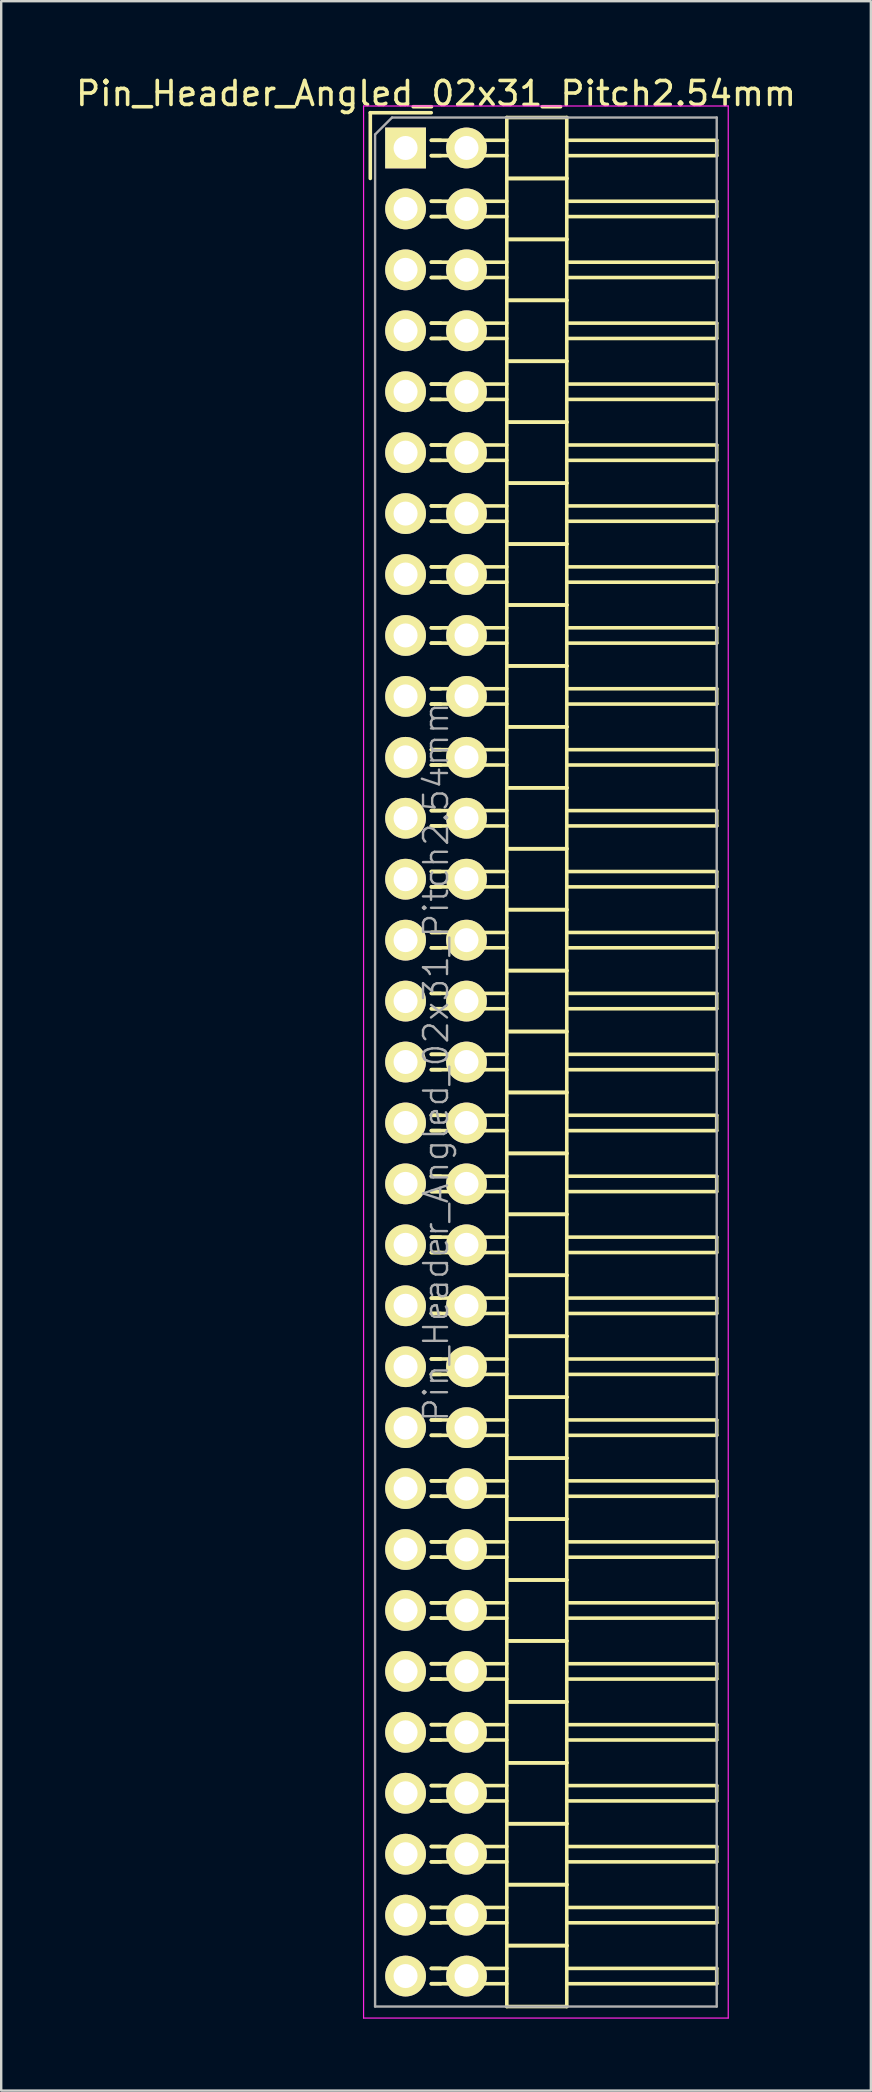
<source format=kicad_pcb>
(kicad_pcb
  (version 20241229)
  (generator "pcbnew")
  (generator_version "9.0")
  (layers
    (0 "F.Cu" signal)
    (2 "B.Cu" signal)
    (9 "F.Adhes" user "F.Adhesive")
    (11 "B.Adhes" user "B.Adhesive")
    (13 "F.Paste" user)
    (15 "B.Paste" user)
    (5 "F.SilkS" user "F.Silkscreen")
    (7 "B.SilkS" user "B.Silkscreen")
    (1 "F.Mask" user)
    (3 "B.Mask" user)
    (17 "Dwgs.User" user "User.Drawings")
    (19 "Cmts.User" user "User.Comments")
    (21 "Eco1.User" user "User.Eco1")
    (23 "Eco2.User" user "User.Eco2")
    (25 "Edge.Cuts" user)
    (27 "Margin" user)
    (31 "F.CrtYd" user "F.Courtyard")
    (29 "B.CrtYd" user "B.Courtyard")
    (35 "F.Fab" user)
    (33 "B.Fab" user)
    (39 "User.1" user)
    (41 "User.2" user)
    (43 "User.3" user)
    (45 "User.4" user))
  (footprint "Pin_Header_Angled_02x31_Pitch2.54mm"
    (layer "F.Cu")
    (at 13.855 3.118)
    (property "Reference" "Pin_Header_Angled_02x31_Pitch2.54mm" (at 1.27 -2.27 0) (layer "F.SilkS") (effects (font (size 1 1) (thickness 0.15))))
    (attr smd)
    (fp_line (start -1.47 -1.47) (end -1.47 1.27) (stroke (width 0.15) (type solid)) (layer "F.SilkS"))
    (fp_line (start -1.47 -1.47) (end 1.07 -1.47) (stroke (width 0.15) (type solid)) (layer "F.SilkS"))
    (fp_line (start 1.465 -0.32) (end 1.075 -0.32) (stroke (width 0.15) (type solid)) (layer "F.SilkS"))
    (fp_line (start 1.465 0.32) (end 1.075 0.32) (stroke (width 0.15) (type solid)) (layer "F.SilkS"))
    (fp_line (start 1.465 2.22) (end 1.075 2.22) (stroke (width 0.15) (type solid)) (layer "F.SilkS"))
    (fp_line (start 1.465 2.86) (end 1.075 2.86) (stroke (width 0.15) (type solid)) (layer "F.SilkS"))
    (fp_line (start 1.465 4.76) (end 1.075 4.76) (stroke (width 0.15) (type solid)) (layer "F.SilkS"))
    (fp_line (start 1.465 5.4) (end 1.075 5.4) (stroke (width 0.15) (type solid)) (layer "F.SilkS"))
    (fp_line (start 1.465 7.3) (end 1.075 7.3) (stroke (width 0.15) (type solid)) (layer "F.SilkS"))
    (fp_line (start 1.465 7.94) (end 1.075 7.94) (stroke (width 0.15) (type solid)) (layer "F.SilkS"))
    (fp_line (start 1.465 9.84) (end 1.075 9.84) (stroke (width 0.15) (type solid)) (layer "F.SilkS"))
    (fp_line (start 1.465 10.48) (end 1.075 10.48) (stroke (width 0.15) (type solid)) (layer "F.SilkS"))
    (fp_line (start 1.465 12.38) (end 1.075 12.38) (stroke (width 0.15) (type solid)) (layer "F.SilkS"))
    (fp_line (start 1.465 13.02) (end 1.075 13.02) (stroke (width 0.15) (type solid)) (layer "F.SilkS"))
    (fp_line (start 1.465 14.92) (end 1.075 14.92) (stroke (width 0.15) (type solid)) (layer "F.SilkS"))
    (fp_line (start 1.465 15.56) (end 1.075 15.56) (stroke (width 0.15) (type solid)) (layer "F.SilkS"))
    (fp_line (start 1.465 17.46) (end 1.075 17.46) (stroke (width 0.15) (type solid)) (layer "F.SilkS"))
    (fp_line (start 1.465 18.1) (end 1.075 18.1) (stroke (width 0.15) (type solid)) (layer "F.SilkS"))
    (fp_line (start 1.465 20) (end 1.075 20) (stroke (width 0.15) (type solid)) (layer "F.SilkS"))
    (fp_line (start 1.465 20.64) (end 1.075 20.64) (stroke (width 0.15) (type solid)) (layer "F.SilkS"))
    (fp_line (start 1.465 22.54) (end 1.075 22.54) (stroke (width 0.15) (type solid)) (layer "F.SilkS"))
    (fp_line (start 1.465 23.18) (end 1.075 23.18) (stroke (width 0.15) (type solid)) (layer "F.SilkS"))
    (fp_line (start 1.465 25.08) (end 1.075 25.08) (stroke (width 0.15) (type solid)) (layer "F.SilkS"))
    (fp_line (start 1.465 25.72) (end 1.075 25.72) (stroke (width 0.15) (type solid)) (layer "F.SilkS"))
    (fp_line (start 1.465 27.62) (end 1.075 27.62) (stroke (width 0.15) (type solid)) (layer "F.SilkS"))
    (fp_line (start 1.465 28.26) (end 1.075 28.26) (stroke (width 0.15) (type solid)) (layer "F.SilkS"))
    (fp_line (start 1.465 30.16) (end 1.075 30.16) (stroke (width 0.15) (type solid)) (layer "F.SilkS"))
    (fp_line (start 1.465 30.8) (end 1.075 30.8) (stroke (width 0.15) (type solid)) (layer "F.SilkS"))
    (fp_line (start 1.465 32.7) (end 1.075 32.7) (stroke (width 0.15) (type solid)) (layer "F.SilkS"))
    (fp_line (start 1.465 33.34) (end 1.075 33.34) (stroke (width 0.15) (type solid)) (layer "F.SilkS"))
    (fp_line (start 1.465 35.24) (end 1.075 35.24) (stroke (width 0.15) (type solid)) (layer "F.SilkS"))
    (fp_line (start 1.465 35.88) (end 1.075 35.88) (stroke (width 0.15) (type solid)) (layer "F.SilkS"))
    (fp_line (start 1.465 37.78) (end 1.075 37.78) (stroke (width 0.15) (type solid)) (layer "F.SilkS"))
    (fp_line (start 1.465 38.42) (end 1.075 38.42) (stroke (width 0.15) (type solid)) (layer "F.SilkS"))
    (fp_line (start 1.465 40.32) (end 1.075 40.32) (stroke (width 0.15) (type solid)) (layer "F.SilkS"))
    (fp_line (start 1.465 40.96) (end 1.075 40.96) (stroke (width 0.15) (type solid)) (layer "F.SilkS"))
    (fp_line (start 1.465 42.86) (end 1.075 42.86) (stroke (width 0.15) (type solid)) (layer "F.SilkS"))
    (fp_line (start 1.465 43.5) (end 1.075 43.5) (stroke (width 0.15) (type solid)) (layer "F.SilkS"))
    (fp_line (start 1.465 45.4) (end 1.075 45.4) (stroke (width 0.15) (type solid)) (layer "F.SilkS"))
    (fp_line (start 1.465 46.04) (end 1.075 46.04) (stroke (width 0.15) (type solid)) (layer "F.SilkS"))
    (fp_line (start 1.465 47.94) (end 1.075 47.94) (stroke (width 0.15) (type solid)) (layer "F.SilkS"))
    (fp_line (start 1.465 48.58) (end 1.075 48.58) (stroke (width 0.15) (type solid)) (layer "F.SilkS"))
    (fp_line (start 1.465 50.48) (end 1.075 50.48) (stroke (width 0.15) (type solid)) (layer "F.SilkS"))
    (fp_line (start 1.465 51.12) (end 1.075 51.12) (stroke (width 0.15) (type solid)) (layer "F.SilkS"))
    (fp_line (start 1.465 53.02) (end 1.075 53.02) (stroke (width 0.15) (type solid)) (layer "F.SilkS"))
    (fp_line (start 1.465 53.66) (end 1.075 53.66) (stroke (width 0.15) (type solid)) (layer "F.SilkS"))
    (fp_line (start 1.465 55.56) (end 1.075 55.56) (stroke (width 0.15) (type solid)) (layer "F.SilkS"))
    (fp_line (start 1.465 56.2) (end 1.075 56.2) (stroke (width 0.15) (type solid)) (layer "F.SilkS"))
    (fp_line (start 1.465 58.1) (end 1.075 58.1) (stroke (width 0.15) (type solid)) (layer "F.SilkS"))
    (fp_line (start 1.465 58.74) (end 1.075 58.74) (stroke (width 0.15) (type solid)) (layer "F.SilkS"))
    (fp_line (start 1.465 60.64) (end 1.075 60.64) (stroke (width 0.15) (type solid)) (layer "F.SilkS"))
    (fp_line (start 1.465 61.28) (end 1.075 61.28) (stroke (width 0.15) (type solid)) (layer "F.SilkS"))
    (fp_line (start 1.465 63.18) (end 1.075 63.18) (stroke (width 0.15) (type solid)) (layer "F.SilkS"))
    (fp_line (start 1.465 63.82) (end 1.075 63.82) (stroke (width 0.15) (type solid)) (layer "F.SilkS"))
    (fp_line (start 1.465 65.72) (end 1.075 65.72) (stroke (width 0.15) (type solid)) (layer "F.SilkS"))
    (fp_line (start 1.465 66.36) (end 1.075 66.36) (stroke (width 0.15) (type solid)) (layer "F.SilkS"))
    (fp_line (start 1.465 68.26) (end 1.075 68.26) (stroke (width 0.15) (type solid)) (layer "F.SilkS"))
    (fp_line (start 1.465 68.9) (end 1.075 68.9) (stroke (width 0.15) (type solid)) (layer "F.SilkS"))
    (fp_line (start 1.465 70.8) (end 1.075 70.8) (stroke (width 0.15) (type solid)) (layer "F.SilkS"))
    (fp_line (start 1.465 71.44) (end 1.075 71.44) (stroke (width 0.15) (type solid)) (layer "F.SilkS"))
    (fp_line (start 1.465 73.34) (end 1.075 73.34) (stroke (width 0.15) (type solid)) (layer "F.SilkS"))
    (fp_line (start 1.465 73.98) (end 1.075 73.98) (stroke (width 0.15) (type solid)) (layer "F.SilkS"))
    (fp_line (start 1.465 75.88) (end 1.075 75.88) (stroke (width 0.15) (type solid)) (layer "F.SilkS"))
    (fp_line (start 1.465 76.52) (end 1.075 76.52) (stroke (width 0.15) (type solid)) (layer "F.SilkS"))
    (fp_line (start 4.22 -0.32) (end 1.075 -0.32) (stroke (width 0.15) (type solid)) (layer "F.SilkS"))
    (fp_line (start 4.22 0.32) (end 1.075 0.32) (stroke (width 0.15) (type solid)) (layer "F.SilkS"))
    (fp_line (start 4.22 1.27) (end 4.22 -1.27) (stroke (width 0.15) (type solid)) (layer "F.SilkS"))
    (fp_line (start 4.22 2.22) (end 1.075 2.22) (stroke (width 0.15) (type solid)) (layer "F.SilkS"))
    (fp_line (start 4.22 2.86) (end 1.075 2.86) (stroke (width 0.15) (type solid)) (layer "F.SilkS"))
    (fp_line (start 4.22 3.81) (end 4.22 1.27) (stroke (width 0.15) (type solid)) (layer "F.SilkS"))
    (fp_line (start 4.22 4.76) (end 1.075 4.76) (stroke (width 0.15) (type solid)) (layer "F.SilkS"))
    (fp_line (start 4.22 5.4) (end 1.075 5.4) (stroke (width 0.15) (type solid)) (layer "F.SilkS"))
    (fp_line (start 4.22 6.35) (end 4.22 3.81) (stroke (width 0.15) (type solid)) (layer "F.SilkS"))
    (fp_line (start 4.22 7.3) (end 1.075 7.3) (stroke (width 0.15) (type solid)) (layer "F.SilkS"))
    (fp_line (start 4.22 7.94) (end 1.075 7.94) (stroke (width 0.15) (type solid)) (layer "F.SilkS"))
    (fp_line (start 4.22 8.89) (end 4.22 6.35) (stroke (width 0.15) (type solid)) (layer "F.SilkS"))
    (fp_line (start 4.22 9.84) (end 1.075 9.84) (stroke (width 0.15) (type solid)) (layer "F.SilkS"))
    (fp_line (start 4.22 10.48) (end 1.075 10.48) (stroke (width 0.15) (type solid)) (layer "F.SilkS"))
    (fp_line (start 4.22 11.43) (end 4.22 8.89) (stroke (width 0.15) (type solid)) (layer "F.SilkS"))
    (fp_line (start 4.22 12.38) (end 1.075 12.38) (stroke (width 0.15) (type solid)) (layer "F.SilkS"))
    (fp_line (start 4.22 13.02) (end 1.075 13.02) (stroke (width 0.15) (type solid)) (layer "F.SilkS"))
    (fp_line (start 4.22 13.97) (end 4.22 11.43) (stroke (width 0.15) (type solid)) (layer "F.SilkS"))
    (fp_line (start 4.22 14.92) (end 1.075 14.92) (stroke (width 0.15) (type solid)) (layer "F.SilkS"))
    (fp_line (start 4.22 15.56) (end 1.075 15.56) (stroke (width 0.15) (type solid)) (layer "F.SilkS"))
    (fp_line (start 4.22 16.51) (end 4.22 13.97) (stroke (width 0.15) (type solid)) (layer "F.SilkS"))
    (fp_line (start 4.22 17.46) (end 1.075 17.46) (stroke (width 0.15) (type solid)) (layer "F.SilkS"))
    (fp_line (start 4.22 18.1) (end 1.075 18.1) (stroke (width 0.15) (type solid)) (layer "F.SilkS"))
    (fp_line (start 4.22 19.05) (end 4.22 16.51) (stroke (width 0.15) (type solid)) (layer "F.SilkS"))
    (fp_line (start 4.22 20) (end 1.075 20) (stroke (width 0.15) (type solid)) (layer "F.SilkS"))
    (fp_line (start 4.22 20.64) (end 1.075 20.64) (stroke (width 0.15) (type solid)) (layer "F.SilkS"))
    (fp_line (start 4.22 21.59) (end 4.22 19.05) (stroke (width 0.15) (type solid)) (layer "F.SilkS"))
    (fp_line (start 4.22 22.54) (end 1.075 22.54) (stroke (width 0.15) (type solid)) (layer "F.SilkS"))
    (fp_line (start 4.22 23.18) (end 1.075 23.18) (stroke (width 0.15) (type solid)) (layer "F.SilkS"))
    (fp_line (start 4.22 24.13) (end 4.22 21.59) (stroke (width 0.15) (type solid)) (layer "F.SilkS"))
    (fp_line (start 4.22 25.08) (end 1.075 25.08) (stroke (width 0.15) (type solid)) (layer "F.SilkS"))
    (fp_line (start 4.22 25.72) (end 1.075 25.72) (stroke (width 0.15) (type solid)) (layer "F.SilkS"))
    (fp_line (start 4.22 26.67) (end 4.22 24.13) (stroke (width 0.15) (type solid)) (layer "F.SilkS"))
    (fp_line (start 4.22 27.62) (end 1.075 27.62) (stroke (width 0.15) (type solid)) (layer "F.SilkS"))
    (fp_line (start 4.22 28.26) (end 1.075 28.26) (stroke (width 0.15) (type solid)) (layer "F.SilkS"))
    (fp_line (start 4.22 29.21) (end 4.22 26.67) (stroke (width 0.15) (type solid)) (layer "F.SilkS"))
    (fp_line (start 4.22 30.16) (end 1.075 30.16) (stroke (width 0.15) (type solid)) (layer "F.SilkS"))
    (fp_line (start 4.22 30.8) (end 1.075 30.8) (stroke (width 0.15) (type solid)) (layer "F.SilkS"))
    (fp_line (start 4.22 31.75) (end 4.22 29.21) (stroke (width 0.15) (type solid)) (layer "F.SilkS"))
    (fp_line (start 4.22 32.7) (end 1.075 32.7) (stroke (width 0.15) (type solid)) (layer "F.SilkS"))
    (fp_line (start 4.22 33.34) (end 1.075 33.34) (stroke (width 0.15) (type solid)) (layer "F.SilkS"))
    (fp_line (start 4.22 34.29) (end 4.22 31.75) (stroke (width 0.15) (type solid)) (layer "F.SilkS"))
    (fp_line (start 4.22 35.24) (end 1.075 35.24) (stroke (width 0.15) (type solid)) (layer "F.SilkS"))
    (fp_line (start 4.22 35.88) (end 1.075 35.88) (stroke (width 0.15) (type solid)) (layer "F.SilkS"))
    (fp_line (start 4.22 36.83) (end 4.22 34.29) (stroke (width 0.15) (type solid)) (layer "F.SilkS"))
    (fp_line (start 4.22 37.78) (end 1.075 37.78) (stroke (width 0.15) (type solid)) (layer "F.SilkS"))
    (fp_line (start 4.22 38.42) (end 1.075 38.42) (stroke (width 0.15) (type solid)) (layer "F.SilkS"))
    (fp_line (start 4.22 39.37) (end 4.22 36.83) (stroke (width 0.15) (type solid)) (layer "F.SilkS"))
    (fp_line (start 4.22 40.32) (end 1.075 40.32) (stroke (width 0.15) (type solid)) (layer "F.SilkS"))
    (fp_line (start 4.22 40.96) (end 1.075 40.96) (stroke (width 0.15) (type solid)) (layer "F.SilkS"))
    (fp_line (start 4.22 41.91) (end 4.22 39.37) (stroke (width 0.15) (type solid)) (layer "F.SilkS"))
    (fp_line (start 4.22 42.86) (end 1.075 42.86) (stroke (width 0.15) (type solid)) (layer "F.SilkS"))
    (fp_line (start 4.22 43.5) (end 1.075 43.5) (stroke (width 0.15) (type solid)) (layer "F.SilkS"))
    (fp_line (start 4.22 44.45) (end 4.22 41.91) (stroke (width 0.15) (type solid)) (layer "F.SilkS"))
    (fp_line (start 4.22 45.4) (end 1.075 45.4) (stroke (width 0.15) (type solid)) (layer "F.SilkS"))
    (fp_line (start 4.22 46.04) (end 1.075 46.04) (stroke (width 0.15) (type solid)) (layer "F.SilkS"))
    (fp_line (start 4.22 46.99) (end 4.22 44.45) (stroke (width 0.15) (type solid)) (layer "F.SilkS"))
    (fp_line (start 4.22 47.94) (end 1.075 47.94) (stroke (width 0.15) (type solid)) (layer "F.SilkS"))
    (fp_line (start 4.22 48.58) (end 1.075 48.58) (stroke (width 0.15) (type solid)) (layer "F.SilkS"))
    (fp_line (start 4.22 49.53) (end 4.22 46.99) (stroke (width 0.15) (type solid)) (layer "F.SilkS"))
    (fp_line (start 4.22 50.48) (end 1.075 50.48) (stroke (width 0.15) (type solid)) (layer "F.SilkS"))
    (fp_line (start 4.22 51.12) (end 1.075 51.12) (stroke (width 0.15) (type solid)) (layer "F.SilkS"))
    (fp_line (start 4.22 52.07) (end 4.22 49.53) (stroke (width 0.15) (type solid)) (layer "F.SilkS"))
    (fp_line (start 4.22 53.02) (end 1.075 53.02) (stroke (width 0.15) (type solid)) (layer "F.SilkS"))
    (fp_line (start 4.22 53.66) (end 1.075 53.66) (stroke (width 0.15) (type solid)) (layer "F.SilkS"))
    (fp_line (start 4.22 54.61) (end 4.22 52.07) (stroke (width 0.15) (type solid)) (layer "F.SilkS"))
    (fp_line (start 4.22 55.56) (end 1.075 55.56) (stroke (width 0.15) (type solid)) (layer "F.SilkS"))
    (fp_line (start 4.22 56.2) (end 1.075 56.2) (stroke (width 0.15) (type solid)) (layer "F.SilkS"))
    (fp_line (start 4.22 57.15) (end 4.22 54.61) (stroke (width 0.15) (type solid)) (layer "F.SilkS"))
    (fp_line (start 4.22 58.1) (end 1.075 58.1) (stroke (width 0.15) (type solid)) (layer "F.SilkS"))
    (fp_line (start 4.22 58.74) (end 1.075 58.74) (stroke (width 0.15) (type solid)) (layer "F.SilkS"))
    (fp_line (start 4.22 59.69) (end 4.22 57.15) (stroke (width 0.15) (type solid)) (layer "F.SilkS"))
    (fp_line (start 4.22 60.64) (end 1.075 60.64) (stroke (width 0.15) (type solid)) (layer "F.SilkS"))
    (fp_line (start 4.22 61.28) (end 1.075 61.28) (stroke (width 0.15) (type solid)) (layer "F.SilkS"))
    (fp_line (start 4.22 62.23) (end 4.22 59.69) (stroke (width 0.15) (type solid)) (layer "F.SilkS"))
    (fp_line (start 4.22 63.18) (end 1.075 63.18) (stroke (width 0.15) (type solid)) (layer "F.SilkS"))
    (fp_line (start 4.22 63.82) (end 1.075 63.82) (stroke (width 0.15) (type solid)) (layer "F.SilkS"))
    (fp_line (start 4.22 64.77) (end 4.22 62.23) (stroke (width 0.15) (type solid)) (layer "F.SilkS"))
    (fp_line (start 4.22 65.72) (end 1.075 65.72) (stroke (width 0.15) (type solid)) (layer "F.SilkS"))
    (fp_line (start 4.22 66.36) (end 1.075 66.36) (stroke (width 0.15) (type solid)) (layer "F.SilkS"))
    (fp_line (start 4.22 67.31) (end 4.22 64.77) (stroke (width 0.15) (type solid)) (layer "F.SilkS"))
    (fp_line (start 4.22 68.26) (end 1.075 68.26) (stroke (width 0.15) (type solid)) (layer "F.SilkS"))
    (fp_line (start 4.22 68.9) (end 1.075 68.9) (stroke (width 0.15) (type solid)) (layer "F.SilkS"))
    (fp_line (start 4.22 69.85) (end 4.22 67.31) (stroke (width 0.15) (type solid)) (layer "F.SilkS"))
    (fp_line (start 4.22 70.8) (end 1.075 70.8) (stroke (width 0.15) (type solid)) (layer "F.SilkS"))
    (fp_line (start 4.22 71.44) (end 1.075 71.44) (stroke (width 0.15) (type solid)) (layer "F.SilkS"))
    (fp_line (start 4.22 72.39) (end 4.22 69.85) (stroke (width 0.15) (type solid)) (layer "F.SilkS"))
    (fp_line (start 4.22 73.34) (end 1.075 73.34) (stroke (width 0.15) (type solid)) (layer "F.SilkS"))
    (fp_line (start 4.22 73.98) (end 1.075 73.98) (stroke (width 0.15) (type solid)) (layer "F.SilkS"))
    (fp_line (start 4.22 74.93) (end 4.22 72.39) (stroke (width 0.15) (type solid)) (layer "F.SilkS"))
    (fp_line (start 4.22 75.88) (end 1.075 75.88) (stroke (width 0.15) (type solid)) (layer "F.SilkS"))
    (fp_line (start 4.22 76.52) (end 1.075 76.52) (stroke (width 0.15) (type solid)) (layer "F.SilkS"))
    (fp_line (start 4.22 77.47) (end 4.22 74.93) (stroke (width 0.15) (type solid)) (layer "F.SilkS"))
    (fp_line (start 6.72 -1.27) (end 4.22 -1.27) (stroke (width 0.15) (type solid)) (layer "F.SilkS"))
    (fp_line (start 6.72 -0.32) (end 12.97 -0.32) (stroke (width 0.15) (type solid)) (layer "F.SilkS"))
    (fp_line (start 6.72 0.32) (end 12.97 0.32) (stroke (width 0.15) (type solid)) (layer "F.SilkS"))
    (fp_line (start 6.72 1.27) (end 4.22 1.27) (stroke (width 0.15) (type solid)) (layer "F.SilkS"))
    (fp_line (start 6.72 1.27) (end 4.22 1.27) (stroke (width 0.15) (type solid)) (layer "F.SilkS"))
    (fp_line (start 6.72 1.27) (end 6.72 -1.27) (stroke (width 0.15) (type solid)) (layer "F.SilkS"))
    (fp_line (start 6.72 2.22) (end 12.97 2.22) (stroke (width 0.15) (type solid)) (layer "F.SilkS"))
    (fp_line (start 6.72 2.86) (end 12.97 2.86) (stroke (width 0.15) (type solid)) (layer "F.SilkS"))
    (fp_line (start 6.72 3.81) (end 4.22 3.81) (stroke (width 0.15) (type solid)) (layer "F.SilkS"))
    (fp_line (start 6.72 3.81) (end 4.22 3.81) (stroke (width 0.15) (type solid)) (layer "F.SilkS"))
    (fp_line (start 6.72 3.81) (end 6.72 1.27) (stroke (width 0.15) (type solid)) (layer "F.SilkS"))
    (fp_line (start 6.72 4.76) (end 12.97 4.76) (stroke (width 0.15) (type solid)) (layer "F.SilkS"))
    (fp_line (start 6.72 5.4) (end 12.97 5.4) (stroke (width 0.15) (type solid)) (layer "F.SilkS"))
    (fp_line (start 6.72 6.35) (end 4.22 6.35) (stroke (width 0.15) (type solid)) (layer "F.SilkS"))
    (fp_line (start 6.72 6.35) (end 4.22 6.35) (stroke (width 0.15) (type solid)) (layer "F.SilkS"))
    (fp_line (start 6.72 6.35) (end 6.72 3.81) (stroke (width 0.15) (type solid)) (layer "F.SilkS"))
    (fp_line (start 6.72 7.3) (end 12.97 7.3) (stroke (width 0.15) (type solid)) (layer "F.SilkS"))
    (fp_line (start 6.72 7.94) (end 12.97 7.94) (stroke (width 0.15) (type solid)) (layer "F.SilkS"))
    (fp_line (start 6.72 8.89) (end 4.22 8.89) (stroke (width 0.15) (type solid)) (layer "F.SilkS"))
    (fp_line (start 6.72 8.89) (end 4.22 8.89) (stroke (width 0.15) (type solid)) (layer "F.SilkS"))
    (fp_line (start 6.72 8.89) (end 6.72 6.35) (stroke (width 0.15) (type solid)) (layer "F.SilkS"))
    (fp_line (start 6.72 9.84) (end 12.97 9.84) (stroke (width 0.15) (type solid)) (layer "F.SilkS"))
    (fp_line (start 6.72 10.48) (end 12.97 10.48) (stroke (width 0.15) (type solid)) (layer "F.SilkS"))
    (fp_line (start 6.72 11.43) (end 4.22 11.43) (stroke (width 0.15) (type solid)) (layer "F.SilkS"))
    (fp_line (start 6.72 11.43) (end 4.22 11.43) (stroke (width 0.15) (type solid)) (layer "F.SilkS"))
    (fp_line (start 6.72 11.43) (end 6.72 8.89) (stroke (width 0.15) (type solid)) (layer "F.SilkS"))
    (fp_line (start 6.72 12.38) (end 12.97 12.38) (stroke (width 0.15) (type solid)) (layer "F.SilkS"))
    (fp_line (start 6.72 13.02) (end 12.97 13.02) (stroke (width 0.15) (type solid)) (layer "F.SilkS"))
    (fp_line (start 6.72 13.97) (end 4.22 13.97) (stroke (width 0.15) (type solid)) (layer "F.SilkS"))
    (fp_line (start 6.72 13.97) (end 4.22 13.97) (stroke (width 0.15) (type solid)) (layer "F.SilkS"))
    (fp_line (start 6.72 13.97) (end 6.72 11.43) (stroke (width 0.15) (type solid)) (layer "F.SilkS"))
    (fp_line (start 6.72 14.92) (end 12.97 14.92) (stroke (width 0.15) (type solid)) (layer "F.SilkS"))
    (fp_line (start 6.72 15.56) (end 12.97 15.56) (stroke (width 0.15) (type solid)) (layer "F.SilkS"))
    (fp_line (start 6.72 16.51) (end 4.22 16.51) (stroke (width 0.15) (type solid)) (layer "F.SilkS"))
    (fp_line (start 6.72 16.51) (end 4.22 16.51) (stroke (width 0.15) (type solid)) (layer "F.SilkS"))
    (fp_line (start 6.72 16.51) (end 6.72 13.97) (stroke (width 0.15) (type solid)) (layer "F.SilkS"))
    (fp_line (start 6.72 17.46) (end 12.97 17.46) (stroke (width 0.15) (type solid)) (layer "F.SilkS"))
    (fp_line (start 6.72 18.1) (end 12.97 18.1) (stroke (width 0.15) (type solid)) (layer "F.SilkS"))
    (fp_line (start 6.72 19.05) (end 4.22 19.05) (stroke (width 0.15) (type solid)) (layer "F.SilkS"))
    (fp_line (start 6.72 19.05) (end 4.22 19.05) (stroke (width 0.15) (type solid)) (layer "F.SilkS"))
    (fp_line (start 6.72 19.05) (end 6.72 16.51) (stroke (width 0.15) (type solid)) (layer "F.SilkS"))
    (fp_line (start 6.72 20) (end 12.97 20) (stroke (width 0.15) (type solid)) (layer "F.SilkS"))
    (fp_line (start 6.72 20.64) (end 12.97 20.64) (stroke (width 0.15) (type solid)) (layer "F.SilkS"))
    (fp_line (start 6.72 21.59) (end 4.22 21.59) (stroke (width 0.15) (type solid)) (layer "F.SilkS"))
    (fp_line (start 6.72 21.59) (end 4.22 21.59) (stroke (width 0.15) (type solid)) (layer "F.SilkS"))
    (fp_line (start 6.72 21.59) (end 6.72 19.05) (stroke (width 0.15) (type solid)) (layer "F.SilkS"))
    (fp_line (start 6.72 22.54) (end 12.97 22.54) (stroke (width 0.15) (type solid)) (layer "F.SilkS"))
    (fp_line (start 6.72 23.18) (end 12.97 23.18) (stroke (width 0.15) (type solid)) (layer "F.SilkS"))
    (fp_line (start 6.72 24.13) (end 4.22 24.13) (stroke (width 0.15) (type solid)) (layer "F.SilkS"))
    (fp_line (start 6.72 24.13) (end 4.22 24.13) (stroke (width 0.15) (type solid)) (layer "F.SilkS"))
    (fp_line (start 6.72 24.13) (end 6.72 21.59) (stroke (width 0.15) (type solid)) (layer "F.SilkS"))
    (fp_line (start 6.72 25.08) (end 12.97 25.08) (stroke (width 0.15) (type solid)) (layer "F.SilkS"))
    (fp_line (start 6.72 25.72) (end 12.97 25.72) (stroke (width 0.15) (type solid)) (layer "F.SilkS"))
    (fp_line (start 6.72 26.67) (end 4.22 26.67) (stroke (width 0.15) (type solid)) (layer "F.SilkS"))
    (fp_line (start 6.72 26.67) (end 4.22 26.67) (stroke (width 0.15) (type solid)) (layer "F.SilkS"))
    (fp_line (start 6.72 26.67) (end 6.72 24.13) (stroke (width 0.15) (type solid)) (layer "F.SilkS"))
    (fp_line (start 6.72 27.62) (end 12.97 27.62) (stroke (width 0.15) (type solid)) (layer "F.SilkS"))
    (fp_line (start 6.72 28.26) (end 12.97 28.26) (stroke (width 0.15) (type solid)) (layer "F.SilkS"))
    (fp_line (start 6.72 29.21) (end 4.22 29.21) (stroke (width 0.15) (type solid)) (layer "F.SilkS"))
    (fp_line (start 6.72 29.21) (end 4.22 29.21) (stroke (width 0.15) (type solid)) (layer "F.SilkS"))
    (fp_line (start 6.72 29.21) (end 6.72 26.67) (stroke (width 0.15) (type solid)) (layer "F.SilkS"))
    (fp_line (start 6.72 30.16) (end 12.97 30.16) (stroke (width 0.15) (type solid)) (layer "F.SilkS"))
    (fp_line (start 6.72 30.8) (end 12.97 30.8) (stroke (width 0.15) (type solid)) (layer "F.SilkS"))
    (fp_line (start 6.72 31.75) (end 4.22 31.75) (stroke (width 0.15) (type solid)) (layer "F.SilkS"))
    (fp_line (start 6.72 31.75) (end 4.22 31.75) (stroke (width 0.15) (type solid)) (layer "F.SilkS"))
    (fp_line (start 6.72 31.75) (end 6.72 29.21) (stroke (width 0.15) (type solid)) (layer "F.SilkS"))
    (fp_line (start 6.72 32.7) (end 12.97 32.7) (stroke (width 0.15) (type solid)) (layer "F.SilkS"))
    (fp_line (start 6.72 33.34) (end 12.97 33.34) (stroke (width 0.15) (type solid)) (layer "F.SilkS"))
    (fp_line (start 6.72 34.29) (end 4.22 34.29) (stroke (width 0.15) (type solid)) (layer "F.SilkS"))
    (fp_line (start 6.72 34.29) (end 4.22 34.29) (stroke (width 0.15) (type solid)) (layer "F.SilkS"))
    (fp_line (start 6.72 34.29) (end 6.72 31.75) (stroke (width 0.15) (type solid)) (layer "F.SilkS"))
    (fp_line (start 6.72 35.24) (end 12.97 35.24) (stroke (width 0.15) (type solid)) (layer "F.SilkS"))
    (fp_line (start 6.72 35.88) (end 12.97 35.88) (stroke (width 0.15) (type solid)) (layer "F.SilkS"))
    (fp_line (start 6.72 36.83) (end 4.22 36.83) (stroke (width 0.15) (type solid)) (layer "F.SilkS"))
    (fp_line (start 6.72 36.83) (end 4.22 36.83) (stroke (width 0.15) (type solid)) (layer "F.SilkS"))
    (fp_line (start 6.72 36.83) (end 6.72 34.29) (stroke (width 0.15) (type solid)) (layer "F.SilkS"))
    (fp_line (start 6.72 37.78) (end 12.97 37.78) (stroke (width 0.15) (type solid)) (layer "F.SilkS"))
    (fp_line (start 6.72 38.42) (end 12.97 38.42) (stroke (width 0.15) (type solid)) (layer "F.SilkS"))
    (fp_line (start 6.72 39.37) (end 4.22 39.37) (stroke (width 0.15) (type solid)) (layer "F.SilkS"))
    (fp_line (start 6.72 39.37) (end 4.22 39.37) (stroke (width 0.15) (type solid)) (layer "F.SilkS"))
    (fp_line (start 6.72 39.37) (end 6.72 36.83) (stroke (width 0.15) (type solid)) (layer "F.SilkS"))
    (fp_line (start 6.72 40.32) (end 12.97 40.32) (stroke (width 0.15) (type solid)) (layer "F.SilkS"))
    (fp_line (start 6.72 40.96) (end 12.97 40.96) (stroke (width 0.15) (type solid)) (layer "F.SilkS"))
    (fp_line (start 6.72 41.91) (end 4.22 41.91) (stroke (width 0.15) (type solid)) (layer "F.SilkS"))
    (fp_line (start 6.72 41.91) (end 4.22 41.91) (stroke (width 0.15) (type solid)) (layer "F.SilkS"))
    (fp_line (start 6.72 41.91) (end 6.72 39.37) (stroke (width 0.15) (type solid)) (layer "F.SilkS"))
    (fp_line (start 6.72 42.86) (end 12.97 42.86) (stroke (width 0.15) (type solid)) (layer "F.SilkS"))
    (fp_line (start 6.72 43.5) (end 12.97 43.5) (stroke (width 0.15) (type solid)) (layer "F.SilkS"))
    (fp_line (start 6.72 44.45) (end 4.22 44.45) (stroke (width 0.15) (type solid)) (layer "F.SilkS"))
    (fp_line (start 6.72 44.45) (end 4.22 44.45) (stroke (width 0.15) (type solid)) (layer "F.SilkS"))
    (fp_line (start 6.72 44.45) (end 6.72 41.91) (stroke (width 0.15) (type solid)) (layer "F.SilkS"))
    (fp_line (start 6.72 45.4) (end 12.97 45.4) (stroke (width 0.15) (type solid)) (layer "F.SilkS"))
    (fp_line (start 6.72 46.04) (end 12.97 46.04) (stroke (width 0.15) (type solid)) (layer "F.SilkS"))
    (fp_line (start 6.72 46.99) (end 4.22 46.99) (stroke (width 0.15) (type solid)) (layer "F.SilkS"))
    (fp_line (start 6.72 46.99) (end 4.22 46.99) (stroke (width 0.15) (type solid)) (layer "F.SilkS"))
    (fp_line (start 6.72 46.99) (end 6.72 44.45) (stroke (width 0.15) (type solid)) (layer "F.SilkS"))
    (fp_line (start 6.72 47.94) (end 12.97 47.94) (stroke (width 0.15) (type solid)) (layer "F.SilkS"))
    (fp_line (start 6.72 48.58) (end 12.97 48.58) (stroke (width 0.15) (type solid)) (layer "F.SilkS"))
    (fp_line (start 6.72 49.53) (end 4.22 49.53) (stroke (width 0.15) (type solid)) (layer "F.SilkS"))
    (fp_line (start 6.72 49.53) (end 4.22 49.53) (stroke (width 0.15) (type solid)) (layer "F.SilkS"))
    (fp_line (start 6.72 49.53) (end 6.72 46.99) (stroke (width 0.15) (type solid)) (layer "F.SilkS"))
    (fp_line (start 6.72 50.48) (end 12.97 50.48) (stroke (width 0.15) (type solid)) (layer "F.SilkS"))
    (fp_line (start 6.72 51.12) (end 12.97 51.12) (stroke (width 0.15) (type solid)) (layer "F.SilkS"))
    (fp_line (start 6.72 52.07) (end 4.22 52.07) (stroke (width 0.15) (type solid)) (layer "F.SilkS"))
    (fp_line (start 6.72 52.07) (end 4.22 52.07) (stroke (width 0.15) (type solid)) (layer "F.SilkS"))
    (fp_line (start 6.72 52.07) (end 6.72 49.53) (stroke (width 0.15) (type solid)) (layer "F.SilkS"))
    (fp_line (start 6.72 53.02) (end 12.97 53.02) (stroke (width 0.15) (type solid)) (layer "F.SilkS"))
    (fp_line (start 6.72 53.66) (end 12.97 53.66) (stroke (width 0.15) (type solid)) (layer "F.SilkS"))
    (fp_line (start 6.72 54.61) (end 4.22 54.61) (stroke (width 0.15) (type solid)) (layer "F.SilkS"))
    (fp_line (start 6.72 54.61) (end 4.22 54.61) (stroke (width 0.15) (type solid)) (layer "F.SilkS"))
    (fp_line (start 6.72 54.61) (end 6.72 52.07) (stroke (width 0.15) (type solid)) (layer "F.SilkS"))
    (fp_line (start 6.72 55.56) (end 12.97 55.56) (stroke (width 0.15) (type solid)) (layer "F.SilkS"))
    (fp_line (start 6.72 56.2) (end 12.97 56.2) (stroke (width 0.15) (type solid)) (layer "F.SilkS"))
    (fp_line (start 6.72 57.15) (end 4.22 57.15) (stroke (width 0.15) (type solid)) (layer "F.SilkS"))
    (fp_line (start 6.72 57.15) (end 4.22 57.15) (stroke (width 0.15) (type solid)) (layer "F.SilkS"))
    (fp_line (start 6.72 57.15) (end 6.72 54.61) (stroke (width 0.15) (type solid)) (layer "F.SilkS"))
    (fp_line (start 6.72 58.1) (end 12.97 58.1) (stroke (width 0.15) (type solid)) (layer "F.SilkS"))
    (fp_line (start 6.72 58.74) (end 12.97 58.74) (stroke (width 0.15) (type solid)) (layer "F.SilkS"))
    (fp_line (start 6.72 59.69) (end 4.22 59.69) (stroke (width 0.15) (type solid)) (layer "F.SilkS"))
    (fp_line (start 6.72 59.69) (end 4.22 59.69) (stroke (width 0.15) (type solid)) (layer "F.SilkS"))
    (fp_line (start 6.72 59.69) (end 6.72 57.15) (stroke (width 0.15) (type solid)) (layer "F.SilkS"))
    (fp_line (start 6.72 60.64) (end 12.97 60.64) (stroke (width 0.15) (type solid)) (layer "F.SilkS"))
    (fp_line (start 6.72 61.28) (end 12.97 61.28) (stroke (width 0.15) (type solid)) (layer "F.SilkS"))
    (fp_line (start 6.72 62.23) (end 4.22 62.23) (stroke (width 0.15) (type solid)) (layer "F.SilkS"))
    (fp_line (start 6.72 62.23) (end 4.22 62.23) (stroke (width 0.15) (type solid)) (layer "F.SilkS"))
    (fp_line (start 6.72 62.23) (end 6.72 59.69) (stroke (width 0.15) (type solid)) (layer "F.SilkS"))
    (fp_line (start 6.72 63.18) (end 12.97 63.18) (stroke (width 0.15) (type solid)) (layer "F.SilkS"))
    (fp_line (start 6.72 63.82) (end 12.97 63.82) (stroke (width 0.15) (type solid)) (layer "F.SilkS"))
    (fp_line (start 6.72 64.77) (end 4.22 64.77) (stroke (width 0.15) (type solid)) (layer "F.SilkS"))
    (fp_line (start 6.72 64.77) (end 4.22 64.77) (stroke (width 0.15) (type solid)) (layer "F.SilkS"))
    (fp_line (start 6.72 64.77) (end 6.72 62.23) (stroke (width 0.15) (type solid)) (layer "F.SilkS"))
    (fp_line (start 6.72 65.72) (end 12.97 65.72) (stroke (width 0.15) (type solid)) (layer "F.SilkS"))
    (fp_line (start 6.72 66.36) (end 12.97 66.36) (stroke (width 0.15) (type solid)) (layer "F.SilkS"))
    (fp_line (start 6.72 67.31) (end 4.22 67.31) (stroke (width 0.15) (type solid)) (layer "F.SilkS"))
    (fp_line (start 6.72 67.31) (end 4.22 67.31) (stroke (width 0.15) (type solid)) (layer "F.SilkS"))
    (fp_line (start 6.72 67.31) (end 6.72 64.77) (stroke (width 0.15) (type solid)) (layer "F.SilkS"))
    (fp_line (start 6.72 68.26) (end 12.97 68.26) (stroke (width 0.15) (type solid)) (layer "F.SilkS"))
    (fp_line (start 6.72 68.9) (end 12.97 68.9) (stroke (width 0.15) (type solid)) (layer "F.SilkS"))
    (fp_line (start 6.72 69.85) (end 4.22 69.85) (stroke (width 0.15) (type solid)) (layer "F.SilkS"))
    (fp_line (start 6.72 69.85) (end 4.22 69.85) (stroke (width 0.15) (type solid)) (layer "F.SilkS"))
    (fp_line (start 6.72 69.85) (end 6.72 67.31) (stroke (width 0.15) (type solid)) (layer "F.SilkS"))
    (fp_line (start 6.72 70.8) (end 12.97 70.8) (stroke (width 0.15) (type solid)) (layer "F.SilkS"))
    (fp_line (start 6.72 71.44) (end 12.97 71.44) (stroke (width 0.15) (type solid)) (layer "F.SilkS"))
    (fp_line (start 6.72 72.39) (end 4.22 72.39) (stroke (width 0.15) (type solid)) (layer "F.SilkS"))
    (fp_line (start 6.72 72.39) (end 4.22 72.39) (stroke (width 0.15) (type solid)) (layer "F.SilkS"))
    (fp_line (start 6.72 72.39) (end 6.72 69.85) (stroke (width 0.15) (type solid)) (layer "F.SilkS"))
    (fp_line (start 6.72 73.34) (end 12.97 73.34) (stroke (width 0.15) (type solid)) (layer "F.SilkS"))
    (fp_line (start 6.72 73.98) (end 12.97 73.98) (stroke (width 0.15) (type solid)) (layer "F.SilkS"))
    (fp_line (start 6.72 74.93) (end 4.22 74.93) (stroke (width 0.15) (type solid)) (layer "F.SilkS"))
    (fp_line (start 6.72 74.93) (end 4.22 74.93) (stroke (width 0.15) (type solid)) (layer "F.SilkS"))
    (fp_line (start 6.72 74.93) (end 6.72 72.39) (stroke (width 0.15) (type solid)) (layer "F.SilkS"))
    (fp_line (start 6.72 75.88) (end 12.97 75.88) (stroke (width 0.15) (type solid)) (layer "F.SilkS"))
    (fp_line (start 6.72 76.52) (end 12.97 76.52) (stroke (width 0.15) (type solid)) (layer "F.SilkS"))
    (fp_line (start 6.72 77.47) (end 4.22 77.47) (stroke (width 0.15) (type solid)) (layer "F.SilkS"))
    (fp_line (start 6.72 77.47) (end 6.72 74.93) (stroke (width 0.15) (type solid)) (layer "F.SilkS"))
    (fp_line (start 12.97 0.32) (end 12.97 -0.32) (stroke (width 0.15) (type solid)) (layer "F.SilkS"))
    (fp_line (start 12.97 2.86) (end 12.97 2.22) (stroke (width 0.15) (type solid)) (layer "F.SilkS"))
    (fp_line (start 12.97 5.4) (end 12.97 4.76) (stroke (width 0.15) (type solid)) (layer "F.SilkS"))
    (fp_line (start 12.97 7.94) (end 12.97 7.3) (stroke (width 0.15) (type solid)) (layer "F.SilkS"))
    (fp_line (start 12.97 10.48) (end 12.97 9.84) (stroke (width 0.15) (type solid)) (layer "F.SilkS"))
    (fp_line (start 12.97 13.02) (end 12.97 12.38) (stroke (width 0.15) (type solid)) (layer "F.SilkS"))
    (fp_line (start 12.97 15.56) (end 12.97 14.92) (stroke (width 0.15) (type solid)) (layer "F.SilkS"))
    (fp_line (start 12.97 18.1) (end 12.97 17.46) (stroke (width 0.15) (type solid)) (layer "F.SilkS"))
    (fp_line (start 12.97 20.64) (end 12.97 20) (stroke (width 0.15) (type solid)) (layer "F.SilkS"))
    (fp_line (start 12.97 23.18) (end 12.97 22.54) (stroke (width 0.15) (type solid)) (layer "F.SilkS"))
    (fp_line (start 12.97 25.72) (end 12.97 25.08) (stroke (width 0.15) (type solid)) (layer "F.SilkS"))
    (fp_line (start 12.97 28.26) (end 12.97 27.62) (stroke (width 0.15) (type solid)) (layer "F.SilkS"))
    (fp_line (start 12.97 30.8) (end 12.97 30.16) (stroke (width 0.15) (type solid)) (layer "F.SilkS"))
    (fp_line (start 12.97 33.34) (end 12.97 32.7) (stroke (width 0.15) (type solid)) (layer "F.SilkS"))
    (fp_line (start 12.97 35.88) (end 12.97 35.24) (stroke (width 0.15) (type solid)) (layer "F.SilkS"))
    (fp_line (start 12.97 38.42) (end 12.97 37.78) (stroke (width 0.15) (type solid)) (layer "F.SilkS"))
    (fp_line (start 12.97 40.96) (end 12.97 40.32) (stroke (width 0.15) (type solid)) (layer "F.SilkS"))
    (fp_line (start 12.97 43.5) (end 12.97 42.86) (stroke (width 0.15) (type solid)) (layer "F.SilkS"))
    (fp_line (start 12.97 46.04) (end 12.97 45.4) (stroke (width 0.15) (type solid)) (layer "F.SilkS"))
    (fp_line (start 12.97 48.58) (end 12.97 47.94) (stroke (width 0.15) (type solid)) (layer "F.SilkS"))
    (fp_line (start 12.97 51.12) (end 12.97 50.48) (stroke (width 0.15) (type solid)) (layer "F.SilkS"))
    (fp_line (start 12.97 53.66) (end 12.97 53.02) (stroke (width 0.15) (type solid)) (layer "F.SilkS"))
    (fp_line (start 12.97 56.2) (end 12.97 55.56) (stroke (width 0.15) (type solid)) (layer "F.SilkS"))
    (fp_line (start 12.97 58.74) (end 12.97 58.1) (stroke (width 0.15) (type solid)) (layer "F.SilkS"))
    (fp_line (start 12.97 61.28) (end 12.97 60.64) (stroke (width 0.15) (type solid)) (layer "F.SilkS"))
    (fp_line (start 12.97 63.82) (end 12.97 63.18) (stroke (width 0.15) (type solid)) (layer "F.SilkS"))
    (fp_line (start 12.97 66.36) (end 12.97 65.72) (stroke (width 0.15) (type solid)) (layer "F.SilkS"))
    (fp_line (start 12.97 68.9) (end 12.97 68.26) (stroke (width 0.15) (type solid)) (layer "F.SilkS"))
    (fp_line (start 12.97 71.44) (end 12.97 70.8) (stroke (width 0.15) (type solid)) (layer "F.SilkS"))
    (fp_line (start 12.97 73.98) (end 12.97 73.34) (stroke (width 0.15) (type solid)) (layer "F.SilkS"))
    (fp_line (start 12.97 76.52) (end 12.97 75.88) (stroke (width 0.15) (type solid)) (layer "F.SilkS"))
    (fp_line (start -1.75 -1.75) (end -1.75 77.95) (stroke (width 0.05) (type solid)) (layer "F.CrtYd"))
    (fp_line (start 13.45 -1.75) (end -1.75 -1.75) (stroke (width 0.05) (type solid)) (layer "F.CrtYd"))
    (fp_line (start 13.45 -1.75) (end 13.45 77.95) (stroke (width 0.05) (type solid)) (layer "F.CrtYd"))
    (fp_line (start 13.45 77.95) (end -1.75 77.95) (stroke (width 0.05) (type solid)) (layer "F.CrtYd"))
    (fp_line (start -1.27 -0.563) (end -0.563 -1.27) (stroke (width 0.1) (type solid)) (layer "F.Fab"))
    (fp_line (start -1.27 77.47) (end -1.27 -0.563) (stroke (width 0.1) (type solid)) (layer "F.Fab"))
    (fp_line (start 12.97 -1.27) (end -0.563 -1.27) (stroke (width 0.1) (type solid)) (layer "F.Fab"))
    (fp_line (start 12.97 77.47) (end -1.27 77.47) (stroke (width 0.1) (type solid)) (layer "F.Fab"))
    (fp_line (start 12.97 77.47) (end 12.97 -1.27) (stroke (width 0.1) (type solid)) (layer "F.Fab"))
    (fp_text user "${REFERENCE}" (at 1.27 38.1 90) (layer "F.Fab") (effects (font (size 1 1) (thickness 0.1))))
    (pad "1" thru_hole rect (at 0 0) (size 1.7 1.7) (drill 1) (layers "*.Cu" "*.Mask" "F.SilkS"))
    (pad "2" thru_hole oval (at 2.54 0) (size 1.7 1.7) (drill 1) (layers "*.Cu" "*.Mask" "F.SilkS"))
    (pad "3" thru_hole oval (at 0 2.54) (size 1.7 1.7) (drill 1) (layers "*.Cu" "*.Mask" "F.SilkS"))
    (pad "4" thru_hole oval (at 2.54 2.54) (size 1.7 1.7) (drill 1) (layers "*.Cu" "*.Mask" "F.SilkS"))
    (pad "5" thru_hole oval (at 0 5.08) (size 1.7 1.7) (drill 1) (layers "*.Cu" "*.Mask" "F.SilkS"))
    (pad "6" thru_hole oval (at 2.54 5.08) (size 1.7 1.7) (drill 1) (layers "*.Cu" "*.Mask" "F.SilkS"))
    (pad "7" thru_hole oval (at 0 7.62) (size 1.7 1.7) (drill 1) (layers "*.Cu" "*.Mask" "F.SilkS"))
    (pad "8" thru_hole oval (at 2.54 7.62) (size 1.7 1.7) (drill 1) (layers "*.Cu" "*.Mask" "F.SilkS"))
    (pad "9" thru_hole oval (at 0 10.16) (size 1.7 1.7) (drill 1) (layers "*.Cu" "*.Mask" "F.SilkS"))
    (pad "10" thru_hole oval (at 2.54 10.16) (size 1.7 1.7) (drill 1) (layers "*.Cu" "*.Mask" "F.SilkS"))
    (pad "11" thru_hole oval (at 0 12.7) (size 1.7 1.7) (drill 1) (layers "*.Cu" "*.Mask" "F.SilkS"))
    (pad "12" thru_hole oval (at 2.54 12.7) (size 1.7 1.7) (drill 1) (layers "*.Cu" "*.Mask" "F.SilkS"))
    (pad "13" thru_hole oval (at 0 15.24) (size 1.7 1.7) (drill 1) (layers "*.Cu" "*.Mask" "F.SilkS"))
    (pad "14" thru_hole oval (at 2.54 15.24) (size 1.7 1.7) (drill 1) (layers "*.Cu" "*.Mask" "F.SilkS"))
    (pad "15" thru_hole oval (at 0 17.78) (size 1.7 1.7) (drill 1) (layers "*.Cu" "*.Mask" "F.SilkS"))
    (pad "16" thru_hole oval (at 2.54 17.78) (size 1.7 1.7) (drill 1) (layers "*.Cu" "*.Mask" "F.SilkS"))
    (pad "17" thru_hole oval (at 0 20.32) (size 1.7 1.7) (drill 1) (layers "*.Cu" "*.Mask" "F.SilkS"))
    (pad "18" thru_hole oval (at 2.54 20.32) (size 1.7 1.7) (drill 1) (layers "*.Cu" "*.Mask" "F.SilkS"))
    (pad "19" thru_hole oval (at 0 22.86) (size 1.7 1.7) (drill 1) (layers "*.Cu" "*.Mask" "F.SilkS"))
    (pad "20" thru_hole oval (at 2.54 22.86) (size 1.7 1.7) (drill 1) (layers "*.Cu" "*.Mask" "F.SilkS"))
    (pad "21" thru_hole oval (at 0 25.4) (size 1.7 1.7) (drill 1) (layers "*.Cu" "*.Mask" "F.SilkS"))
    (pad "22" thru_hole oval (at 2.54 25.4) (size 1.7 1.7) (drill 1) (layers "*.Cu" "*.Mask" "F.SilkS"))
    (pad "23" thru_hole oval (at 0 27.94) (size 1.7 1.7) (drill 1) (layers "*.Cu" "*.Mask" "F.SilkS"))
    (pad "24" thru_hole oval (at 2.54 27.94) (size 1.7 1.7) (drill 1) (layers "*.Cu" "*.Mask" "F.SilkS"))
    (pad "25" thru_hole oval (at 0 30.48) (size 1.7 1.7) (drill 1) (layers "*.Cu" "*.Mask" "F.SilkS"))
    (pad "26" thru_hole oval (at 2.54 30.48) (size 1.7 1.7) (drill 1) (layers "*.Cu" "*.Mask" "F.SilkS"))
    (pad "27" thru_hole oval (at 0 33.02) (size 1.7 1.7) (drill 1) (layers "*.Cu" "*.Mask" "F.SilkS"))
    (pad "28" thru_hole oval (at 2.54 33.02) (size 1.7 1.7) (drill 1) (layers "*.Cu" "*.Mask" "F.SilkS"))
    (pad "29" thru_hole oval (at 0 35.56) (size 1.7 1.7) (drill 1) (layers "*.Cu" "*.Mask" "F.SilkS"))
    (pad "30" thru_hole oval (at 2.54 35.56) (size 1.7 1.7) (drill 1) (layers "*.Cu" "*.Mask" "F.SilkS"))
    (pad "31" thru_hole oval (at 0 38.1) (size 1.7 1.7) (drill 1) (layers "*.Cu" "*.Mask" "F.SilkS"))
    (pad "32" thru_hole oval (at 2.54 38.1) (size 1.7 1.7) (drill 1) (layers "*.Cu" "*.Mask" "F.SilkS"))
    (pad "33" thru_hole oval (at 0 40.64) (size 1.7 1.7) (drill 1) (layers "*.Cu" "*.Mask" "F.SilkS"))
    (pad "34" thru_hole oval (at 2.54 40.64) (size 1.7 1.7) (drill 1) (layers "*.Cu" "*.Mask" "F.SilkS"))
    (pad "35" thru_hole oval (at 0 43.18) (size 1.7 1.7) (drill 1) (layers "*.Cu" "*.Mask" "F.SilkS"))
    (pad "36" thru_hole oval (at 2.54 43.18) (size 1.7 1.7) (drill 1) (layers "*.Cu" "*.Mask" "F.SilkS"))
    (pad "37" thru_hole oval (at 0 45.72) (size 1.7 1.7) (drill 1) (layers "*.Cu" "*.Mask" "F.SilkS"))
    (pad "38" thru_hole oval (at 2.54 45.72) (size 1.7 1.7) (drill 1) (layers "*.Cu" "*.Mask" "F.SilkS"))
    (pad "39" thru_hole oval (at 0 48.26) (size 1.7 1.7) (drill 1) (layers "*.Cu" "*.Mask" "F.SilkS"))
    (pad "40" thru_hole oval (at 2.54 48.26) (size 1.7 1.7) (drill 1) (layers "*.Cu" "*.Mask" "F.SilkS"))
    (pad "41" thru_hole oval (at 0 50.8) (size 1.7 1.7) (drill 1) (layers "*.Cu" "*.Mask" "F.SilkS"))
    (pad "42" thru_hole oval (at 2.54 50.8) (size 1.7 1.7) (drill 1) (layers "*.Cu" "*.Mask" "F.SilkS"))
    (pad "43" thru_hole oval (at 0 53.34) (size 1.7 1.7) (drill 1) (layers "*.Cu" "*.Mask" "F.SilkS"))
    (pad "44" thru_hole oval (at 2.54 53.34) (size 1.7 1.7) (drill 1) (layers "*.Cu" "*.Mask" "F.SilkS"))
    (pad "45" thru_hole oval (at 0 55.88) (size 1.7 1.7) (drill 1) (layers "*.Cu" "*.Mask" "F.SilkS"))
    (pad "46" thru_hole oval (at 2.54 55.88) (size 1.7 1.7) (drill 1) (layers "*.Cu" "*.Mask" "F.SilkS"))
    (pad "47" thru_hole oval (at 0 58.42) (size 1.7 1.7) (drill 1) (layers "*.Cu" "*.Mask" "F.SilkS"))
    (pad "48" thru_hole oval (at 2.54 58.42) (size 1.7 1.7) (drill 1) (layers "*.Cu" "*.Mask" "F.SilkS"))
    (pad "49" thru_hole oval (at 0 60.96) (size 1.7 1.7) (drill 1) (layers "*.Cu" "*.Mask" "F.SilkS"))
    (pad "50" thru_hole oval (at 2.54 60.96) (size 1.7 1.7) (drill 1) (layers "*.Cu" "*.Mask" "F.SilkS"))
    (pad "51" thru_hole oval (at 0 63.5) (size 1.7 1.7) (drill 1) (layers "*.Cu" "*.Mask" "F.SilkS"))
    (pad "52" thru_hole oval (at 2.54 63.5) (size 1.7 1.7) (drill 1) (layers "*.Cu" "*.Mask" "F.SilkS"))
    (pad "53" thru_hole oval (at 0 66.04) (size 1.7 1.7) (drill 1) (layers "*.Cu" "*.Mask" "F.SilkS"))
    (pad "54" thru_hole oval (at 2.54 66.04) (size 1.7 1.7) (drill 1) (layers "*.Cu" "*.Mask" "F.SilkS"))
    (pad "55" thru_hole oval (at 0 68.58) (size 1.7 1.7) (drill 1) (layers "*.Cu" "*.Mask" "F.SilkS"))
    (pad "56" thru_hole oval (at 2.54 68.58) (size 1.7 1.7) (drill 1) (layers "*.Cu" "*.Mask" "F.SilkS"))
    (pad "57" thru_hole oval (at 0 71.12) (size 1.7 1.7) (drill 1) (layers "*.Cu" "*.Mask" "F.SilkS"))
    (pad "58" thru_hole oval (at 2.54 71.12) (size 1.7 1.7) (drill 1) (layers "*.Cu" "*.Mask" "F.SilkS"))
    (pad "59" thru_hole oval (at 0 73.66) (size 1.7 1.7) (drill 1) (layers "*.Cu" "*.Mask" "F.SilkS"))
    (pad "60" thru_hole oval (at 2.54 73.66) (size 1.7 1.7) (drill 1) (layers "*.Cu" "*.Mask" "F.SilkS"))
    (pad "61" thru_hole oval (at 0 76.2) (size 1.7 1.7) (drill 1) (layers "*.Cu" "*.Mask" "F.SilkS"))
    (pad "62" thru_hole oval (at 2.54 76.2) (size 1.7 1.7) (drill 1) (layers "*.Cu" "*.Mask" "F.SilkS")))
  (gr_rect
    (start -3 -3)
    (end 33.25 84.093)
    (stroke (width 0.1) (type default))
    (fill no)
    (layer "Edge.Cuts")))
</source>
